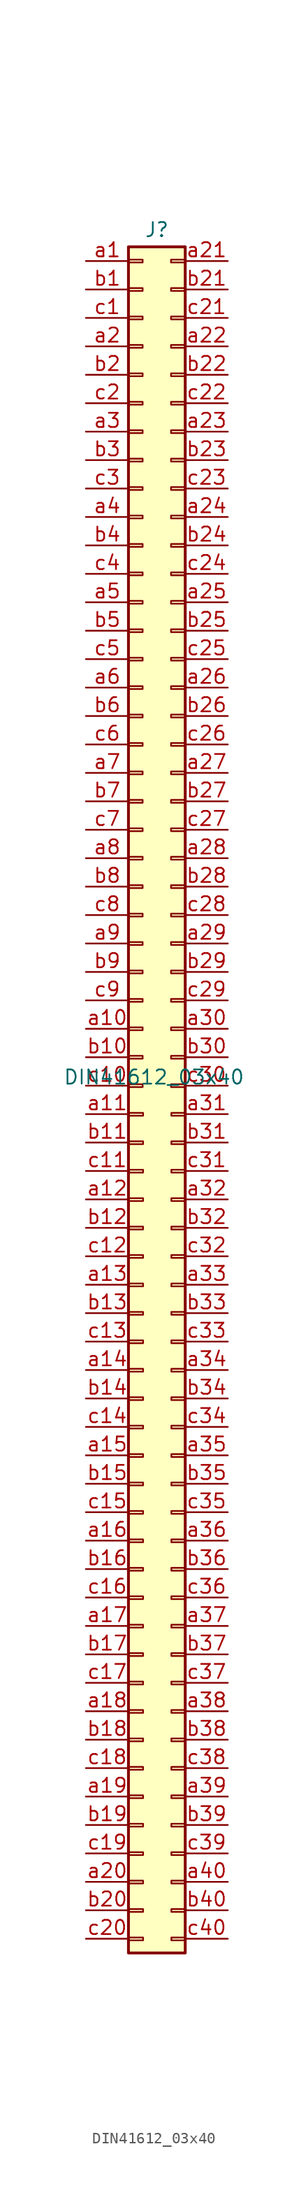
<source format=kicad_sym>
(kicad_symbol_lib
  (version 20231120)
  (generator "kicad_symbol_editor")
  (generator_version "8.0")
  (symbol "DIN41612_03x40"
    (pin_names
      (offset 1.016) hide)
    (property "Reference" "J"
      (at 0 77.724 0)
      (effects (font (size 1.27 1.27))))
    (property "Value" "DIN41612_03x40"
      (at -0.254 2.032 0)
      (effects (font (size 1.27 1.27))))
    (symbol "DIN41612_03x40_1_0"
      (pin passive line (at -6.35 74.93 0) (length 3.81) (name "Pin_a1" (effects (font (size 1.27 1.27)))) (number "a1" (effects (font (size 1.27 1.27)))))
      (pin passive line (at -6.35 6.35 0) (length 3.81) (name "Pin_a10" (effects (font (size 1.27 1.27)))) (number "a10" (effects (font (size 1.27 1.27)))))
      (pin passive line (at -6.35 -16.51 0) (length 3.81) (name "Pin_a13" (effects (font (size 1.27 1.27)))) (number "a13" (effects (font (size 1.27 1.27)))))
      (pin passive line (at -6.35 -24.13 0) (length 3.81) (name "Pin_a14" (effects (font (size 1.27 1.27)))) (number "a14" (effects (font (size 1.27 1.27)))))
      (pin passive line (at -6.35 -31.75 0) (length 3.81) (name "Pin_a15" (effects (font (size 1.27 1.27)))) (number "a15" (effects (font (size 1.27 1.27)))))
      (pin passive line (at -6.35 -46.99 0) (length 3.81) (name "Pin_a17" (effects (font (size 1.27 1.27)))) (number "a17" (effects (font (size 1.27 1.27)))))
      (pin passive line (at -6.35 -54.61 0) (length 3.81) (name "Pin_a18" (effects (font (size 1.27 1.27)))) (number "a18" (effects (font (size 1.27 1.27)))))
      (pin passive line (at -6.35 -62.23 0) (length 3.81) (name "Pin_a19" (effects (font (size 1.27 1.27)))) (number "a19" (effects (font (size 1.27 1.27)))))
      (pin passive line (at -6.35 67.31 0) (length 3.81) (name "Pin_a2" (effects (font (size 1.27 1.27)))) (number "a2" (effects (font (size 1.27 1.27)))))
      (pin passive line (at 6.35 74.93 180) (length 3.81) (name "Pin_a21" (effects (font (size 1.27 1.27)))) (number "a21" (effects (font (size 1.27 1.27)))))
      (pin passive line (at 6.35 67.31 180) (length 3.81) (name "Pin_a22" (effects (font (size 1.27 1.27)))) (number "a22" (effects (font (size 1.27 1.27)))))
      (pin passive line (at 6.35 59.69 180) (length 3.81) (name "Pin_a23" (effects (font (size 1.27 1.27)))) (number "a23" (effects (font (size 1.27 1.27)))))
      (pin passive line (at 6.35 52.07 180) (length 3.81) (name "Pin_a24" (effects (font (size 1.27 1.27)))) (number "a24" (effects (font (size 1.27 1.27)))))
      (pin passive line (at 6.35 36.83 180) (length 3.81) (name "Pin_a26" (effects (font (size 1.27 1.27)))) (number "a26" (effects (font (size 1.27 1.27)))))
      (pin passive line (at 6.35 29.21 180) (length 3.81) (name "Pin_a27" (effects (font (size 1.27 1.27)))) (number "a27" (effects (font (size 1.27 1.27)))))
      (pin passive line (at 6.35 21.59 180) (length 3.81) (name "Pin_a28" (effects (font (size 1.27 1.27)))) (number "a28" (effects (font (size 1.27 1.27)))))
      (pin passive line (at 6.35 6.35 180) (length 3.81) (name "Pin_a30" (effects (font (size 1.27 1.27)))) (number "a30" (effects (font (size 1.27 1.27)))))
      (pin passive line (at 6.35 -1.27 180) (length 3.81) (name "Pin_a31" (effects (font (size 1.27 1.27)))) (number "a31" (effects (font (size 1.27 1.27)))))
      (pin passive line (at 6.35 -8.89 180) (length 3.81) (name "Pin_a32" (effects (font (size 1.27 1.27)))) (number "a32" (effects (font (size 1.27 1.27)))))
      (pin passive line (at 6.35 -16.51 180) (length 3.81) (name "Pin_a33" (effects (font (size 1.27 1.27)))) (number "a33" (effects (font (size 1.27 1.27)))))
      (pin passive line (at 6.35 -31.75 180) (length 3.81) (name "Pin_a35" (effects (font (size 1.27 1.27)))) (number "a35" (effects (font (size 1.27 1.27)))))
      (pin passive line (at 6.35 -39.37 180) (length 3.81) (name "Pin_a36" (effects (font (size 1.27 1.27)))) (number "a36" (effects (font (size 1.27 1.27)))))
      (pin passive line (at 6.35 -46.99 180) (length 3.81) (name "Pin_a37" (effects (font (size 1.27 1.27)))) (number "a37" (effects (font (size 1.27 1.27)))))
      (pin passive line (at 6.35 -62.23 180) (length 3.81) (name "Pin_a39" (effects (font (size 1.27 1.27)))) (number "a39" (effects (font (size 1.27 1.27)))))
      (pin passive line (at -6.35 52.07 0) (length 3.81) (name "Pin_a4" (effects (font (size 1.27 1.27)))) (number "a4" (effects (font (size 1.27 1.27)))))
      (pin passive line (at 6.35 -69.85 180) (length 3.81) (name "Pin_a40" (effects (font (size 1.27 1.27)))) (number "a40" (effects (font (size 1.27 1.27)))))
      (pin passive line (at -6.35 44.45 0) (length 3.81) (name "Pin_a5" (effects (font (size 1.27 1.27)))) (number "a5" (effects (font (size 1.27 1.27)))))
      (pin passive line (at -6.35 36.83 0) (length 3.81) (name "Pin_a6" (effects (font (size 1.27 1.27)))) (number "a6" (effects (font (size 1.27 1.27)))))
      (pin passive line (at -6.35 21.59 0) (length 3.81) (name "Pin_a8" (effects (font (size 1.27 1.27)))) (number "a8" (effects (font (size 1.27 1.27)))))
      (pin passive line (at -6.35 13.97 0) (length 3.81) (name "Pin_a9" (effects (font (size 1.27 1.27)))) (number "a9" (effects (font (size 1.27 1.27)))))
      (pin passive line (at -6.35 72.39 0) (length 3.81) (name "Pin_b1" (effects (font (size 1.27 1.27)))) (number "b1" (effects (font (size 1.27 1.27)))))
      (pin passive line (at -6.35 3.81 0) (length 3.81) (name "Pin_b10" (effects (font (size 1.27 1.27)))) (number "b10" (effects (font (size 1.27 1.27)))))
      (pin passive line (at -6.35 -11.43 0) (length 3.81) (name "Pin_b12" (effects (font (size 1.27 1.27)))) (number "b12" (effects (font (size 1.27 1.27)))))
      (pin passive line (at -6.35 -19.05 0) (length 3.81) (name "Pin_b13" (effects (font (size 1.27 1.27)))) (number "b13" (effects (font (size 1.27 1.27)))))
      (pin passive line (at -6.35 -26.67 0) (length 3.81) (name "Pin_b14" (effects (font (size 1.27 1.27)))) (number "b14" (effects (font (size 1.27 1.27)))))
      (pin passive line (at -6.35 -34.29 0) (length 3.81) (name "Pin_b15" (effects (font (size 1.27 1.27)))) (number "b15" (effects (font (size 1.27 1.27)))))
      (pin passive line (at -6.35 -49.53 0) (length 3.81) (name "Pin_b17" (effects (font (size 1.27 1.27)))) (number "b17" (effects (font (size 1.27 1.27)))))
      (pin passive line (at -6.35 -57.15 0) (length 3.81) (name "Pin_b18" (effects (font (size 1.27 1.27)))) (number "b18" (effects (font (size 1.27 1.27)))))
      (pin passive line (at -6.35 -64.77 0) (length 3.81) (name "Pin_b19" (effects (font (size 1.27 1.27)))) (number "b19" (effects (font (size 1.27 1.27)))))
      (pin passive line (at 6.35 72.39 180) (length 3.81) (name "Pin_b21" (effects (font (size 1.27 1.27)))) (number "b21" (effects (font (size 1.27 1.27)))))
      (pin passive line (at 6.35 64.77 180) (length 3.81) (name "Pin_b22" (effects (font (size 1.27 1.27)))) (number "b22" (effects (font (size 1.27 1.27)))))
      (pin passive line (at 6.35 57.15 180) (length 3.81) (name "Pin_b23" (effects (font (size 1.27 1.27)))) (number "b23" (effects (font (size 1.27 1.27)))))
      (pin passive line (at 6.35 34.29 180) (length 3.81) (name "Pin_b26" (effects (font (size 1.27 1.27)))) (number "b26" (effects (font (size 1.27 1.27)))))
      (pin passive line (at 6.35 26.67 180) (length 3.81) (name "Pin_b27" (effects (font (size 1.27 1.27)))) (number "b27" (effects (font (size 1.27 1.27)))))
      (pin passive line (at 6.35 19.05 180) (length 3.81) (name "Pin_b28" (effects (font (size 1.27 1.27)))) (number "b28" (effects (font (size 1.27 1.27)))))
      (pin passive line (at 6.35 3.81 180) (length 3.81) (name "Pin_b30" (effects (font (size 1.27 1.27)))) (number "b30" (effects (font (size 1.27 1.27)))))
      (pin passive line (at 6.35 -3.81 180) (length 3.81) (name "Pin_b31" (effects (font (size 1.27 1.27)))) (number "b31" (effects (font (size 1.27 1.27)))))
      (pin passive line (at 6.35 -11.43 180) (length 3.81) (name "Pin_b32" (effects (font (size 1.27 1.27)))) (number "b32" (effects (font (size 1.27 1.27)))))
      (pin passive line (at 6.35 -26.67 180) (length 3.81) (name "Pin_b34" (effects (font (size 1.27 1.27)))) (number "b34" (effects (font (size 1.27 1.27)))))
      (pin passive line (at 6.35 -34.29 180) (length 3.81) (name "Pin_b35" (effects (font (size 1.27 1.27)))) (number "b35" (effects (font (size 1.27 1.27)))))
      (pin passive line (at 6.35 -41.91 180) (length 3.81) (name "Pin_b36" (effects (font (size 1.27 1.27)))) (number "b36" (effects (font (size 1.27 1.27)))))
      (pin passive line (at 6.35 -49.53 180) (length 3.81) (name "Pin_b37" (effects (font (size 1.27 1.27)))) (number "b37" (effects (font (size 1.27 1.27)))))
      (pin passive line (at 6.35 -64.77 180) (length 3.81) (name "Pin_b39" (effects (font (size 1.27 1.27)))) (number "b39" (effects (font (size 1.27 1.27)))))
      (pin passive line (at -6.35 49.53 0) (length 3.81) (name "Pin_b4" (effects (font (size 1.27 1.27)))) (number "b4" (effects (font (size 1.27 1.27)))))
      (pin passive line (at 6.35 -72.39 180) (length 3.81) (name "Pin_b40" (effects (font (size 1.27 1.27)))) (number "b40" (effects (font (size 1.27 1.27)))))
      (pin passive line (at -6.35 41.91 0) (length 3.81) (name "Pin_b5" (effects (font (size 1.27 1.27)))) (number "b5" (effects (font (size 1.27 1.27)))))
      (pin passive line (at -6.35 34.29 0) (length 3.81) (name "Pin_b6" (effects (font (size 1.27 1.27)))) (number "b6" (effects (font (size 1.27 1.27)))))
      (pin passive line (at -6.35 19.05 0) (length 3.81) (name "Pin_b8" (effects (font (size 1.27 1.27)))) (number "b8" (effects (font (size 1.27 1.27)))))
      (pin passive line (at -6.35 11.43 0) (length 3.81) (name "Pin_b9" (effects (font (size 1.27 1.27)))) (number "b9" (effects (font (size 1.27 1.27)))))
      (pin passive line (at -6.35 69.85 0) (length 3.81) (name "Pin_c1" (effects (font (size 1.27 1.27)))) (number "c1" (effects (font (size 1.27 1.27)))))
      (pin passive line (at -6.35 1.27 0) (length 3.81) (name "Pin_c10" (effects (font (size 1.27 1.27)))) (number "c10" (effects (font (size 1.27 1.27)))))
      (pin passive line (at -6.35 -13.97 0) (length 3.81) (name "Pin_c12" (effects (font (size 1.27 1.27)))) (number "c12" (effects (font (size 1.27 1.27)))))
      (pin passive line (at -6.35 -21.59 0) (length 3.81) (name "Pin_c13" (effects (font (size 1.27 1.27)))) (number "c13" (effects (font (size 1.27 1.27)))))
      (pin passive line (at -6.35 -29.21 0) (length 3.81) (name "Pin_c14" (effects (font (size 1.27 1.27)))) (number "c14" (effects (font (size 1.27 1.27)))))
      (pin passive line (at -6.35 -44.45 0) (length 3.81) (name "Pin_c16" (effects (font (size 1.27 1.27)))) (number "c16" (effects (font (size 1.27 1.27)))))
      (pin passive line (at -6.35 -52.07 0) (length 3.81) (name "Pin_c17" (effects (font (size 1.27 1.27)))) (number "c17" (effects (font (size 1.27 1.27)))))
      (pin passive line (at -6.35 -59.69 0) (length 3.81) (name "Pin_c18" (effects (font (size 1.27 1.27)))) (number "c18" (effects (font (size 1.27 1.27)))))
      (pin passive line (at -6.35 -67.31 0) (length 3.81) (name "Pin_c19" (effects (font (size 1.27 1.27)))) (number "c19" (effects (font (size 1.27 1.27)))))
      (pin passive line (at 6.35 69.85 180) (length 3.81) (name "Pin_c21" (effects (font (size 1.27 1.27)))) (number "c21" (effects (font (size 1.27 1.27)))))
      (pin passive line (at 6.35 62.23 180) (length 3.81) (name "Pin_c22" (effects (font (size 1.27 1.27)))) (number "c22" (effects (font (size 1.27 1.27)))))
      (pin passive line (at 6.35 54.61 180) (length 3.81) (name "Pin_c23" (effects (font (size 1.27 1.27)))) (number "c23" (effects (font (size 1.27 1.27)))))
      (pin passive line (at 6.35 39.37 180) (length 3.81) (name "Pin_c25" (effects (font (size 1.27 1.27)))) (number "c25" (effects (font (size 1.27 1.27)))))
      (pin passive line (at 6.35 31.75 180) (length 3.81) (name "Pin_c26" (effects (font (size 1.27 1.27)))) (number "c26" (effects (font (size 1.27 1.27)))))
      (pin passive line (at 6.35 24.13 180) (length 3.81) (name "Pin_c27" (effects (font (size 1.27 1.27)))) (number "c27" (effects (font (size 1.27 1.27)))))
      (pin passive line (at -6.35 54.61 0) (length 3.81) (name "Pin_c3" (effects (font (size 1.27 1.27)))) (number "c3" (effects (font (size 1.27 1.27)))))
      (pin passive line (at 6.35 1.27 180) (length 3.81) (name "Pin_c30" (effects (font (size 1.27 1.27)))) (number "c30" (effects (font (size 1.27 1.27)))))
      (pin passive line (at 6.35 -6.35 180) (length 3.81) (name "Pin_c31" (effects (font (size 1.27 1.27)))) (number "c31" (effects (font (size 1.27 1.27)))))
      (pin passive line (at 6.35 -13.97 180) (length 3.81) (name "Pin_c32" (effects (font (size 1.27 1.27)))) (number "c32" (effects (font (size 1.27 1.27)))))
      (pin passive line (at 6.35 -29.21 180) (length 3.81) (name "Pin_c34" (effects (font (size 1.27 1.27)))) (number "c34" (effects (font (size 1.27 1.27)))))
      (pin passive line (at 6.35 -36.83 180) (length 3.81) (name "Pin_c35" (effects (font (size 1.27 1.27)))) (number "c35" (effects (font (size 1.27 1.27)))))
      (pin passive line (at 6.35 -44.45 180) (length 3.81) (name "Pin_c36" (effects (font (size 1.27 1.27)))) (number "c36" (effects (font (size 1.27 1.27)))))
      (pin passive line (at 6.35 -59.69 180) (length 3.81) (name "Pin_c38" (effects (font (size 1.27 1.27)))) (number "c38" (effects (font (size 1.27 1.27)))))
      (pin passive line (at 6.35 -67.31 180) (length 3.81) (name "Pin_c39" (effects (font (size 1.27 1.27)))) (number "c39" (effects (font (size 1.27 1.27)))))
      (pin passive line (at -6.35 46.99 0) (length 3.81) (name "Pin_c4" (effects (font (size 1.27 1.27)))) (number "c4" (effects (font (size 1.27 1.27)))))
      (pin passive line (at 6.35 -74.93 180) (length 3.81) (name "Pin_c40" (effects (font (size 1.27 1.27)))) (number "c40" (effects (font (size 1.27 1.27)))))
      (pin passive line (at -6.35 39.37 0) (length 3.81) (name "Pin_c5" (effects (font (size 1.27 1.27)))) (number "c5" (effects (font (size 1.27 1.27)))))
      (pin passive line (at -6.35 16.51 0) (length 3.81) (name "Pin_c8" (effects (font (size 1.27 1.27)))) (number "c8" (effects (font (size 1.27 1.27)))))
      (pin passive line (at -6.35 8.89 0) (length 3.81) (name "Pin_c9" (effects (font (size 1.27 1.27)))) (number "c9" (effects (font (size 1.27 1.27))))))
    (symbol "DIN41612_03x40_1_1"
      (rectangle (start -2.54 1.397) (end -1.27 1.143) (stroke (width 0.152) (type default)) (fill (type none)))
      (rectangle (start -2.54 3.937) (end -1.27 3.683) (stroke (width 0.152) (type default)) (fill (type none)))
      (rectangle (start -2.54 6.477) (end -1.27 6.223) (stroke (width 0.152) (type default)) (fill (type none)))
      (rectangle (start -2.54 9.017) (end -1.27 8.763) (stroke (width 0.152) (type default)) (fill (type none)))
      (rectangle (start -2.54 11.557) (end -1.27 11.303) (stroke (width 0.152) (type default)) (fill (type none)))
      (rectangle (start -2.54 14.097) (end -1.27 13.843) (stroke (width 0.152) (type default)) (fill (type none)))
      (rectangle (start -2.54 16.637) (end -1.27 16.383) (stroke (width 0.152) (type default)) (fill (type none)))
      (rectangle (start -2.54 19.177) (end -1.27 18.923) (stroke (width 0.152) (type default)) (fill (type none)))
      (rectangle (start -2.54 21.717) (end -1.27 21.463) (stroke (width 0.152) (type default)) (fill (type none)))
      (rectangle (start -2.54 24.257) (end -1.27 24.003) (stroke (width 0.152) (type default)) (fill (type none)))
      (rectangle (start -2.54 26.797) (end -1.27 26.543) (stroke (width 0.152) (type default)) (fill (type none)))
      (rectangle (start -2.54 29.337) (end -1.27 29.083) (stroke (width 0.152) (type default)) (fill (type none)))
      (rectangle (start -2.54 31.877) (end -1.27 31.623) (stroke (width 0.152) (type default)) (fill (type none)))
      (rectangle (start -2.54 34.417) (end -1.27 34.163) (stroke (width 0.152) (type default)) (fill (type none)))
      (rectangle (start -2.54 36.957) (end -1.27 36.703) (stroke (width 0.152) (type default)) (fill (type none)))
      (rectangle (start -2.54 39.497) (end -1.27 39.243) (stroke (width 0.152) (type default)) (fill (type none)))
      (rectangle (start -2.54 42.037) (end -1.27 41.783) (stroke (width 0.152) (type default)) (fill (type none)))
      (rectangle (start -2.54 44.577) (end -1.27 44.323) (stroke (width 0.152) (type default)) (fill (type none)))
      (rectangle (start -2.54 47.117) (end -1.27 46.863) (stroke (width 0.152) (type default)) (fill (type none)))
      (rectangle (start -2.54 49.657) (end -1.27 49.403) (stroke (width 0.152) (type default)) (fill (type none)))
      (rectangle (start -2.54 52.197) (end -1.27 51.943) (stroke (width 0.152) (type default)) (fill (type none)))
      (rectangle (start -2.54 54.737) (end -1.27 54.483) (stroke (width 0.152) (type default)) (fill (type none)))
      (rectangle (start -2.54 57.277) (end -1.27 57.023) (stroke (width 0.152) (type default)) (fill (type none)))
      (rectangle (start -2.54 59.817) (end -1.27 59.563) (stroke (width 0.152) (type default)) (fill (type none)))
      (rectangle (start -2.54 62.357) (end -1.27 62.103) (stroke (width 0.152) (type default)) (fill (type none)))
      (rectangle (start -2.54 64.897) (end -1.27 64.643) (stroke (width 0.152) (type default)) (fill (type none)))
      (rectangle (start -2.54 67.437) (end -1.27 67.183) (stroke (width 0.152) (type default)) (fill (type none)))
      (rectangle (start -2.54 69.977) (end -1.27 69.723) (stroke (width 0.152) (type default)) (fill (type none)))
      (rectangle (start -2.54 72.517) (end -1.27 72.263) (stroke (width 0.152) (type default)) (fill (type none)))
      (rectangle (start -2.54 75.057) (end -1.27 74.803) (stroke (width 0.152) (type default)) (fill (type none)))
      (rectangle (start -2.54 76.2) (end 2.54 -76.2) (stroke (width 0.254) (type default)) (fill (type background)))
      (rectangle (start -2.5 -74.82) (end -1.23 -75.074) (stroke (width 0.152) (type default)) (fill (type none)))
      (rectangle (start -2.5 -72.28) (end -1.23 -72.534) (stroke (width 0.152) (type default)) (fill (type none)))
      (rectangle (start -2.5 -69.74) (end -1.23 -69.994) (stroke (width 0.152) (type default)) (fill (type none)))
      (rectangle (start -2.5 -67.2) (end -1.23 -67.454) (stroke (width 0.152) (type default)) (fill (type none)))
      (rectangle (start -2.5 -64.66) (end -1.23 -64.914) (stroke (width 0.152) (type default)) (fill (type none)))
      (rectangle (start -2.5 -62.12) (end -1.23 -62.374) (stroke (width 0.152) (type default)) (fill (type none)))
      (rectangle (start -2.5 -59.58) (end -1.23 -59.834) (stroke (width 0.152) (type default)) (fill (type none)))
      (rectangle (start -2.5 -57.04) (end -1.23 -57.294) (stroke (width 0.152) (type default)) (fill (type none)))
      (rectangle (start -2.5 -54.5) (end -1.23 -54.754) (stroke (width 0.152) (type default)) (fill (type none)))
      (rectangle (start -2.5 -51.96) (end -1.23 -52.214) (stroke (width 0.152) (type default)) (fill (type none)))
      (rectangle (start -2.5 -49.42) (end -1.23 -49.674) (stroke (width 0.152) (type default)) (fill (type none)))
      (rectangle (start -2.5 -46.88) (end -1.23 -47.134) (stroke (width 0.152) (type default)) (fill (type none)))
      (rectangle (start -2.5 -44.34) (end -1.23 -44.594) (stroke (width 0.152) (type default)) (fill (type none)))
      (rectangle (start -2.5 -41.8) (end -1.23 -42.054) (stroke (width 0.152) (type default)) (fill (type none)))
      (rectangle (start -2.5 -39.26) (end -1.23 -39.514) (stroke (width 0.152) (type default)) (fill (type none)))
      (rectangle (start -2.5 -36.72) (end -1.23 -36.974) (stroke (width 0.152) (type default)) (fill (type none)))
      (rectangle (start -2.5 -34.18) (end -1.23 -34.434) (stroke (width 0.152) (type default)) (fill (type none)))
      (rectangle (start -2.5 -31.64) (end -1.23 -31.894) (stroke (width 0.152) (type default)) (fill (type none)))
      (rectangle (start -2.5 -29.1) (end -1.23 -29.354) (stroke (width 0.152) (type default)) (fill (type none)))
      (rectangle (start -2.5 -26.56) (end -1.23 -26.814) (stroke (width 0.152) (type default)) (fill (type none)))
      (rectangle (start -2.5 -24.02) (end -1.23 -24.274) (stroke (width 0.152) (type default)) (fill (type none)))
      (rectangle (start -2.5 -21.48) (end -1.23 -21.734) (stroke (width 0.152) (type default)) (fill (type none)))
      (rectangle (start -2.5 -18.94) (end -1.23 -19.194) (stroke (width 0.152) (type default)) (fill (type none)))
      (rectangle (start -2.5 -16.4) (end -1.23 -16.654) (stroke (width 0.152) (type default)) (fill (type none)))
      (rectangle (start -2.5 -13.86) (end -1.23 -14.114) (stroke (width 0.152) (type default)) (fill (type none)))
      (rectangle (start -2.5 -11.32) (end -1.23 -11.574) (stroke (width 0.152) (type default)) (fill (type none)))
      (rectangle (start -2.5 -8.78) (end -1.23 -9.034) (stroke (width 0.152) (type default)) (fill (type none)))
      (rectangle (start -2.5 -6.24) (end -1.23 -6.494) (stroke (width 0.152) (type default)) (fill (type none)))
      (rectangle (start -2.5 -3.7) (end -1.23 -3.954) (stroke (width 0.152) (type default)) (fill (type none)))
      (rectangle (start -2.5 -1.16) (end -1.23 -1.414) (stroke (width 0.152) (type default)) (fill (type none)))
      (rectangle (start 1.3 -74.82) (end 2.57 -75.074) (stroke (width 0.152) (type default)) (fill (type none)))
      (rectangle (start 1.3 -72.28) (end 2.57 -72.534) (stroke (width 0.152) (type default)) (fill (type none)))
      (rectangle (start 1.3 -69.74) (end 2.57 -69.994) (stroke (width 0.152) (type default)) (fill (type none)))
      (rectangle (start 1.3 -67.2) (end 2.57 -67.454) (stroke (width 0.152) (type default)) (fill (type none)))
      (rectangle (start 1.3 -64.66) (end 2.57 -64.914) (stroke (width 0.152) (type default)) (fill (type none)))
      (rectangle (start 1.3 -62.12) (end 2.57 -62.374) (stroke (width 0.152) (type default)) (fill (type none)))
      (rectangle (start 1.3 -59.58) (end 2.57 -59.834) (stroke (width 0.152) (type default)) (fill (type none)))
      (rectangle (start 1.3 -57.04) (end 2.57 -57.294) (stroke (width 0.152) (type default)) (fill (type none)))
      (rectangle (start 1.3 -54.5) (end 2.57 -54.754) (stroke (width 0.152) (type default)) (fill (type none)))
      (rectangle (start 1.3 -51.96) (end 2.57 -52.214) (stroke (width 0.152) (type default)) (fill (type none)))
      (rectangle (start 1.3 -49.42) (end 2.57 -49.674) (stroke (width 0.152) (type default)) (fill (type none)))
      (rectangle (start 1.3 -46.88) (end 2.57 -47.134) (stroke (width 0.152) (type default)) (fill (type none)))
      (rectangle (start 1.3 -44.34) (end 2.57 -44.594) (stroke (width 0.152) (type default)) (fill (type none)))
      (rectangle (start 1.3 -41.8) (end 2.57 -42.054) (stroke (width 0.152) (type default)) (fill (type none)))
      (rectangle (start 1.3 -39.26) (end 2.57 -39.514) (stroke (width 0.152) (type default)) (fill (type none)))
      (rectangle (start 1.3 -36.72) (end 2.57 -36.974) (stroke (width 0.152) (type default)) (fill (type none)))
      (rectangle (start 1.3 -34.18) (end 2.57 -34.434) (stroke (width 0.152) (type default)) (fill (type none)))
      (rectangle (start 1.3 -31.64) (end 2.57 -31.894) (stroke (width 0.152) (type default)) (fill (type none)))
      (rectangle (start 1.3 -29.1) (end 2.57 -29.354) (stroke (width 0.152) (type default)) (fill (type none)))
      (rectangle (start 1.3 -26.56) (end 2.57 -26.814) (stroke (width 0.152) (type default)) (fill (type none)))
      (rectangle (start 1.3 -24.02) (end 2.57 -24.274) (stroke (width 0.152) (type default)) (fill (type none)))
      (rectangle (start 1.3 -21.48) (end 2.57 -21.734) (stroke (width 0.152) (type default)) (fill (type none)))
      (rectangle (start 1.3 -18.94) (end 2.57 -19.194) (stroke (width 0.152) (type default)) (fill (type none)))
      (rectangle (start 1.3 -16.4) (end 2.57 -16.654) (stroke (width 0.152) (type default)) (fill (type none)))
      (rectangle (start 1.3 -13.86) (end 2.57 -14.114) (stroke (width 0.152) (type default)) (fill (type none)))
      (rectangle (start 1.3 -11.32) (end 2.57 -11.574) (stroke (width 0.152) (type default)) (fill (type none)))
      (rectangle (start 1.3 -8.78) (end 2.57 -9.034) (stroke (width 0.152) (type default)) (fill (type none)))
      (rectangle (start 1.3 -6.24) (end 2.57 -6.494) (stroke (width 0.152) (type default)) (fill (type none)))
      (rectangle (start 1.3 -3.7) (end 2.57 -3.954) (stroke (width 0.152) (type default)) (fill (type none)))
      (rectangle (start 1.3 -1.16) (end 2.57 -1.414) (stroke (width 0.152) (type default)) (fill (type none)))
      (rectangle (start 2.54 1.397) (end 1.27 1.143) (stroke (width 0.152) (type default)) (fill (type none)))
      (rectangle (start 2.54 3.937) (end 1.27 3.683) (stroke (width 0.152) (type default)) (fill (type none)))
      (rectangle (start 2.54 6.477) (end 1.27 6.223) (stroke (width 0.152) (type default)) (fill (type none)))
      (rectangle (start 2.54 9.017) (end 1.27 8.763) (stroke (width 0.152) (type default)) (fill (type none)))
      (rectangle (start 2.54 11.557) (end 1.27 11.303) (stroke (width 0.152) (type default)) (fill (type none)))
      (rectangle (start 2.54 14.097) (end 1.27 13.843) (stroke (width 0.152) (type default)) (fill (type none)))
      (rectangle (start 2.54 16.637) (end 1.27 16.383) (stroke (width 0.152) (type default)) (fill (type none)))
      (rectangle (start 2.54 19.177) (end 1.27 18.923) (stroke (width 0.152) (type default)) (fill (type none)))
      (rectangle (start 2.54 21.717) (end 1.27 21.463) (stroke (width 0.152) (type default)) (fill (type none)))
      (rectangle (start 2.54 24.257) (end 1.27 24.003) (stroke (width 0.152) (type default)) (fill (type none)))
      (rectangle (start 2.54 26.797) (end 1.27 26.543) (stroke (width 0.152) (type default)) (fill (type none)))
      (rectangle (start 2.54 29.337) (end 1.27 29.083) (stroke (width 0.152) (type default)) (fill (type none)))
      (rectangle (start 2.54 31.877) (end 1.27 31.623) (stroke (width 0.152) (type default)) (fill (type none)))
      (rectangle (start 2.54 34.417) (end 1.27 34.163) (stroke (width 0.152) (type default)) (fill (type none)))
      (rectangle (start 2.54 36.957) (end 1.27 36.703) (stroke (width 0.152) (type default)) (fill (type none)))
      (rectangle (start 2.54 39.497) (end 1.27 39.243) (stroke (width 0.152) (type default)) (fill (type none)))
      (rectangle (start 2.54 42.037) (end 1.27 41.783) (stroke (width 0.152) (type default)) (fill (type none)))
      (rectangle (start 2.54 44.577) (end 1.27 44.323) (stroke (width 0.152) (type default)) (fill (type none)))
      (rectangle (start 2.54 47.117) (end 1.27 46.863) (stroke (width 0.152) (type default)) (fill (type none)))
      (rectangle (start 2.54 49.657) (end 1.27 49.403) (stroke (width 0.152) (type default)) (fill (type none)))
      (rectangle (start 2.54 52.197) (end 1.27 51.943) (stroke (width 0.152) (type default)) (fill (type none)))
      (rectangle (start 2.54 54.737) (end 1.27 54.483) (stroke (width 0.152) (type default)) (fill (type none)))
      (rectangle (start 2.54 57.277) (end 1.27 57.023) (stroke (width 0.152) (type default)) (fill (type none)))
      (rectangle (start 2.54 59.817) (end 1.27 59.563) (stroke (width 0.152) (type default)) (fill (type none)))
      (rectangle (start 2.54 62.357) (end 1.27 62.103) (stroke (width 0.152) (type default)) (fill (type none)))
      (rectangle (start 2.54 64.897) (end 1.27 64.643) (stroke (width 0.152) (type default)) (fill (type none)))
      (rectangle (start 2.54 67.437) (end 1.27 67.183) (stroke (width 0.152) (type default)) (fill (type none)))
      (rectangle (start 2.54 69.977) (end 1.27 69.723) (stroke (width 0.152) (type default)) (fill (type none)))
      (rectangle (start 2.54 72.517) (end 1.27 72.263) (stroke (width 0.152) (type default)) (fill (type none)))
      (rectangle (start 2.54 75.057) (end 1.27 74.803) (stroke (width 0.152) (type default)) (fill (type none)))
      (pin passive line (at -6.35 -1.27 0) (length 3.81) (name "Pin_a11" (effects (font (size 1.27 1.27)))) (number "a11" (effects (font (size 1.27 1.27)))))
      (pin passive line (at -6.35 -8.89 0) (length 3.81) (name "Pin_a12" (effects (font (size 1.27 1.27)))) (number "a12" (effects (font (size 1.27 1.27)))))
      (pin passive line (at -6.35 -39.37 0) (length 3.81) (name "Pin_a16" (effects (font (size 1.27 1.27)))) (number "a16" (effects (font (size 1.27 1.27)))))
      (pin passive line (at -6.35 -69.85 0) (length 3.81) (name "Pin_a20" (effects (font (size 1.27 1.27)))) (number "a20" (effects (font (size 1.27 1.27)))))
      (pin passive line (at 6.35 44.45 180) (length 3.81) (name "Pin_a25" (effects (font (size 1.27 1.27)))) (number "a25" (effects (font (size 1.27 1.27)))))
      (pin passive line (at 6.35 13.97 180) (length 3.81) (name "Pin_a29" (effects (font (size 1.27 1.27)))) (number "a29" (effects (font (size 1.27 1.27)))))
      (pin passive line (at -6.35 59.69 0) (length 3.81) (name "Pin_a3" (effects (font (size 1.27 1.27)))) (number "a3" (effects (font (size 1.27 1.27)))))
      (pin passive line (at 6.35 -24.13 180) (length 3.81) (name "Pin_a34" (effects (font (size 1.27 1.27)))) (number "a34" (effects (font (size 1.27 1.27)))))
      (pin passive line (at 6.35 -54.61 180) (length 3.81) (name "Pin_a38" (effects (font (size 1.27 1.27)))) (number "a38" (effects (font (size 1.27 1.27)))))
      (pin passive line (at -6.35 29.21 0) (length 3.81) (name "Pin_a7" (effects (font (size 1.27 1.27)))) (number "a7" (effects (font (size 1.27 1.27)))))
      (pin passive line (at -6.35 -3.81 0) (length 3.81) (name "Pin_b11" (effects (font (size 1.27 1.27)))) (number "b11" (effects (font (size 1.27 1.27)))))
      (pin passive line (at -6.35 -41.91 0) (length 3.81) (name "Pin_b16" (effects (font (size 1.27 1.27)))) (number "b16" (effects (font (size 1.27 1.27)))))
      (pin passive line (at -6.35 64.77 0) (length 3.81) (name "Pin_b2" (effects (font (size 1.27 1.27)))) (number "b2" (effects (font (size 1.27 1.27)))))
      (pin passive line (at -6.35 -72.39 0) (length 3.81) (name "Pin_b20" (effects (font (size 1.27 1.27)))) (number "b20" (effects (font (size 1.27 1.27)))))
      (pin passive line (at 6.35 49.53 180) (length 3.81) (name "Pin_b24" (effects (font (size 1.27 1.27)))) (number "b24" (effects (font (size 1.27 1.27)))))
      (pin passive line (at 6.35 41.91 180) (length 3.81) (name "Pin_b25" (effects (font (size 1.27 1.27)))) (number "b25" (effects (font (size 1.27 1.27)))))
      (pin passive line (at 6.35 11.43 180) (length 3.81) (name "Pin_b29" (effects (font (size 1.27 1.27)))) (number "b29" (effects (font (size 1.27 1.27)))))
      (pin passive line (at -6.35 57.15 0) (length 3.81) (name "Pin_b3" (effects (font (size 1.27 1.27)))) (number "b3" (effects (font (size 1.27 1.27)))))
      (pin passive line (at 6.35 -19.05 180) (length 3.81) (name "Pin_b33" (effects (font (size 1.27 1.27)))) (number "b33" (effects (font (size 1.27 1.27)))))
      (pin passive line (at 6.35 -57.15 180) (length 3.81) (name "Pin_b38" (effects (font (size 1.27 1.27)))) (number "b38" (effects (font (size 1.27 1.27)))))
      (pin passive line (at -6.35 26.67 0) (length 3.81) (name "Pin_b7" (effects (font (size 1.27 1.27)))) (number "b7" (effects (font (size 1.27 1.27)))))
      (pin passive line (at -6.35 -6.35 0) (length 3.81) (name "Pin_c11" (effects (font (size 1.27 1.27)))) (number "c11" (effects (font (size 1.27 1.27)))))
      (pin passive line (at -6.35 -36.83 0) (length 3.81) (name "Pin_c15" (effects (font (size 1.27 1.27)))) (number "c15" (effects (font (size 1.27 1.27)))))
      (pin passive line (at -6.35 62.23 0) (length 3.81) (name "Pin_c2" (effects (font (size 1.27 1.27)))) (number "c2" (effects (font (size 1.27 1.27)))))
      (pin passive line (at -6.35 -74.93 0) (length 3.81) (name "Pin_c20" (effects (font (size 1.27 1.27)))) (number "c20" (effects (font (size 1.27 1.27)))))
      (pin passive line (at 6.35 46.99 180) (length 3.81) (name "Pin_c24" (effects (font (size 1.27 1.27)))) (number "c24" (effects (font (size 1.27 1.27)))))
      (pin passive line (at 6.35 16.51 180) (length 3.81) (name "Pin_c28" (effects (font (size 1.27 1.27)))) (number "c28" (effects (font (size 1.27 1.27)))))
      (pin passive line (at 6.35 8.89 180) (length 3.81) (name "Pin_c29" (effects (font (size 1.27 1.27)))) (number "c29" (effects (font (size 1.27 1.27)))))
      (pin passive line (at 6.35 -21.59 180) (length 3.81) (name "Pin_c33" (effects (font (size 1.27 1.27)))) (number "c33" (effects (font (size 1.27 1.27)))))
      (pin passive line (at 6.35 -52.07 180) (length 3.81) (name "Pin_c37" (effects (font (size 1.27 1.27)))) (number "c37" (effects (font (size 1.27 1.27)))))
      (pin passive line (at -6.35 31.75 0) (length 3.81) (name "Pin_c6" (effects (font (size 1.27 1.27)))) (number "c6" (effects (font (size 1.27 1.27)))))
      (pin passive line (at -6.35 24.13 0) (length 3.81) (name "Pin_c7" (effects (font (size 1.27 1.27)))) (number "c7" (effects (font (size 1.27 1.27))))))))
</source>
